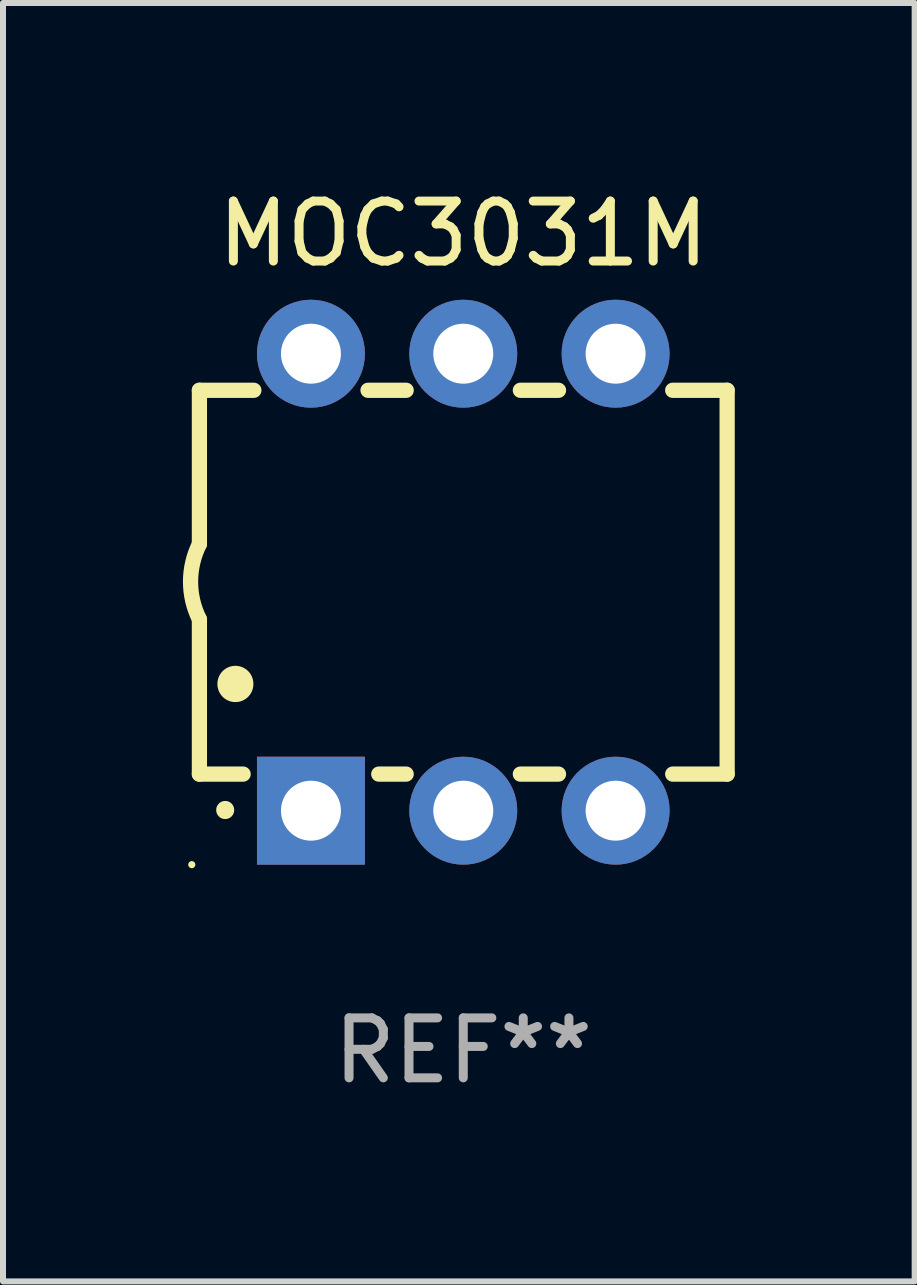
<source format=kicad_pcb>
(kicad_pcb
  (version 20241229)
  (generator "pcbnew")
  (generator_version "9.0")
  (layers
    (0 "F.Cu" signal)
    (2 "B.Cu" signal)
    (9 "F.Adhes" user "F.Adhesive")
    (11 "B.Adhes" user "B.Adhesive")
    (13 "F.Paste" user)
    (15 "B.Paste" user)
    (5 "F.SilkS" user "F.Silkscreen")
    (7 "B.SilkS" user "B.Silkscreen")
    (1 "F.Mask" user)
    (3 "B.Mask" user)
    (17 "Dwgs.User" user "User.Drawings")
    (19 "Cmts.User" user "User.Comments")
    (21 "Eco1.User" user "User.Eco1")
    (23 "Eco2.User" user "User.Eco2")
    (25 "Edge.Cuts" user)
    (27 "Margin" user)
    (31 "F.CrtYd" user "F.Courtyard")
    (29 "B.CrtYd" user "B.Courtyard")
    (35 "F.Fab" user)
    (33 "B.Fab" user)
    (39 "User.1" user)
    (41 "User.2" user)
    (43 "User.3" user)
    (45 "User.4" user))
  (footprint "MOC3031M"
    (layer "F.Cu")
    (at 4.675 6.658)
    (property "Reference" "MOC3031M" (at 0 -5.81 0) (layer "F.SilkS") (effects (font (size 1 1) (thickness 0.15))))
    (attr through_hole)
    (fp_line (start -4.4 -3.2) (end -4.4 -0.635) (stroke (width 0.254) (type solid)) (layer "F.SilkS"))
    (fp_line (start -4.4 -3.2) (end -3.492 -3.2) (stroke (width 0.254) (type solid)) (layer "F.SilkS"))
    (fp_line (start -4.4 3.2) (end -4.4 0.619) (stroke (width 0.254) (type solid)) (layer "F.SilkS"))
    (fp_line (start -3.671 3.2) (end -4.4 3.2) (stroke (width 0.254) (type solid)) (layer "F.SilkS"))
    (fp_line (start -1.588 -3.2) (end -0.952 -3.2) (stroke (width 0.254) (type solid)) (layer "F.SilkS"))
    (fp_line (start -0.952 3.2) (end -1.409 3.2) (stroke (width 0.254) (type solid)) (layer "F.SilkS"))
    (fp_line (start 0.952 -3.2) (end 1.588 -3.2) (stroke (width 0.254) (type solid)) (layer "F.SilkS"))
    (fp_line (start 1.588 3.2) (end 0.952 3.2) (stroke (width 0.254) (type solid)) (layer "F.SilkS"))
    (fp_line (start 3.492 -3.2) (end 4.4 -3.2) (stroke (width 0.254) (type solid)) (layer "F.SilkS"))
    (fp_line (start 4.4 -3.2) (end 4.4 3.2) (stroke (width 0.254) (type solid)) (layer "F.SilkS"))
    (fp_line (start 4.4 3.2) (end 3.492 3.2) (stroke (width 0.254) (type solid)) (layer "F.SilkS"))
    (fp_arc (start -4.399288 0.619762) (mid -4.547636 -0.007536) (end -4.4 -0.635001) (stroke (width 0.254001) (type solid)) (layer "F.SilkS"))
    (fp_arc (start -3.970028 3.799848) (mid -3.970033 3.798578) (end -3.970028 3.797308) (stroke (width 0.3) (type solid)) (layer "F.SilkS"))
    (fp_arc (start -3.799848 1.699263) (mid -3.799859 1.696723) (end -3.799848 1.694183) (stroke (width 0.6) (type solid)) (layer "F.SilkS"))
    (fp_circle (center -4.527 4.71) (end -4.497 4.71) (stroke (width 0.06) (type solid)) (fill no) (layer "F.SilkS"))
    (fp_text user "REF**" (at 0 7.81 0) (layer "F.Fab") (effects (font (size 1 1) (thickness 0.15))))
    (pad "1" thru_hole rect (at -2.54 3.81 180) (size 1.8 1.8) (drill 1) (layers "*.Cu" "*.Mask"))
    (pad "2" thru_hole circle (at 0 3.81) (size 1.8 1.8) (drill 1) (layers "*.Cu" "*.Mask"))
    (pad "3" thru_hole circle (at 2.54 3.81) (size 1.8 1.8) (drill 1) (layers "*.Cu" "*.Mask"))
    (pad "4" thru_hole circle (at 2.54 -3.81) (size 1.8 1.8) (drill 1) (layers "*.Cu" "*.Mask"))
    (pad "5" thru_hole circle (at 0 -3.81) (size 1.8 1.8) (drill 1) (layers "*.Cu" "*.Mask"))
    (pad "6" thru_hole circle (at -2.54 -3.81) (size 1.8 1.8) (drill 1) (layers "*.Cu" "*.Mask")))
  (gr_rect
    (start -3 -3)
    (end 12.202 18.317)
    (stroke (width 0.1) (type default))
    (fill no)
    (layer "Edge.Cuts")))
</source>
